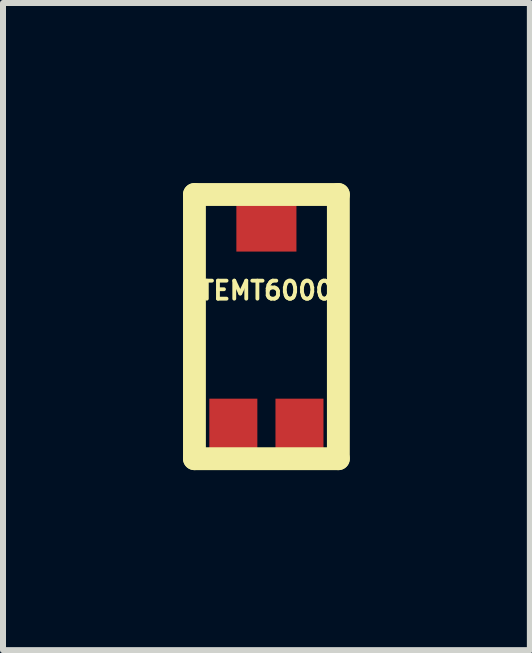
<source format=kicad_pcb>
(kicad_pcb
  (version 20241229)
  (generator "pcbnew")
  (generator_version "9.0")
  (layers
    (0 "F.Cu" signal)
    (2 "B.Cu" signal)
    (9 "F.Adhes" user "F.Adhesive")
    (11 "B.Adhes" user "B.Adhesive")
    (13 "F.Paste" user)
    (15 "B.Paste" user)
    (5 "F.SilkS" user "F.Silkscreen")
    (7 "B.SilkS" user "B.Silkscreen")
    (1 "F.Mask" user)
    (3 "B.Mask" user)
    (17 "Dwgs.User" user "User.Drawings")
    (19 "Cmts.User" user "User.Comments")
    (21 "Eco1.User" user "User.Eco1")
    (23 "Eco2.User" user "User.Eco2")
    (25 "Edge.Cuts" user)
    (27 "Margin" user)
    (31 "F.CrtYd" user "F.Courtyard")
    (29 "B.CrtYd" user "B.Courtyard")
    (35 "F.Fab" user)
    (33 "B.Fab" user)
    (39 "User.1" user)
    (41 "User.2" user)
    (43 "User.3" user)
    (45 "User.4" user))
  (footprint "TEMT6000"
    (layer "F.Cu")
    (at 1.389 3.592)
    (property "Reference" "TEMT6000" (at 0 -1.801 0) (layer "F.SilkS") (effects (font (size 0.3 0.3) (thickness 0.064))))
    (attr through_hole)
    (fp_line (start -1.199 -3.401) (end 1.199 -3.401) (stroke (width 0.381) (type solid)) (layer "F.SilkS"))
    (fp_line (start -1.199 1.001) (end -1.199 -3.401) (stroke (width 0.381) (type solid)) (layer "F.SilkS"))
    (fp_line (start 1.199 -3.401) (end 1.199 1.001) (stroke (width 0.381) (type solid)) (layer "F.SilkS"))
    (fp_line (start 1.199 1.001) (end -1.199 1.001) (stroke (width 0.381) (type solid)) (layer "F.SilkS"))
    (pad "" smd rect (at 0.551 0.551) (size 0.8 1.1) (layers "F.Cu" "F.Mask" "F.Paste"))
    (pad "1" smd rect (at 0 -3) (size 1.001 1.1) (layers "F.Cu" "F.Mask" "F.Paste"))
    (pad "2" smd rect (at -0.551 0.551) (size 0.8 1.1) (layers "F.Cu" "F.Mask" "F.Paste")))
  (gr_rect
    (start -3 -3)
    (end 5.779 7.783)
    (stroke (width 0.1) (type default))
    (fill no)
    (layer "Edge.Cuts")))
</source>
